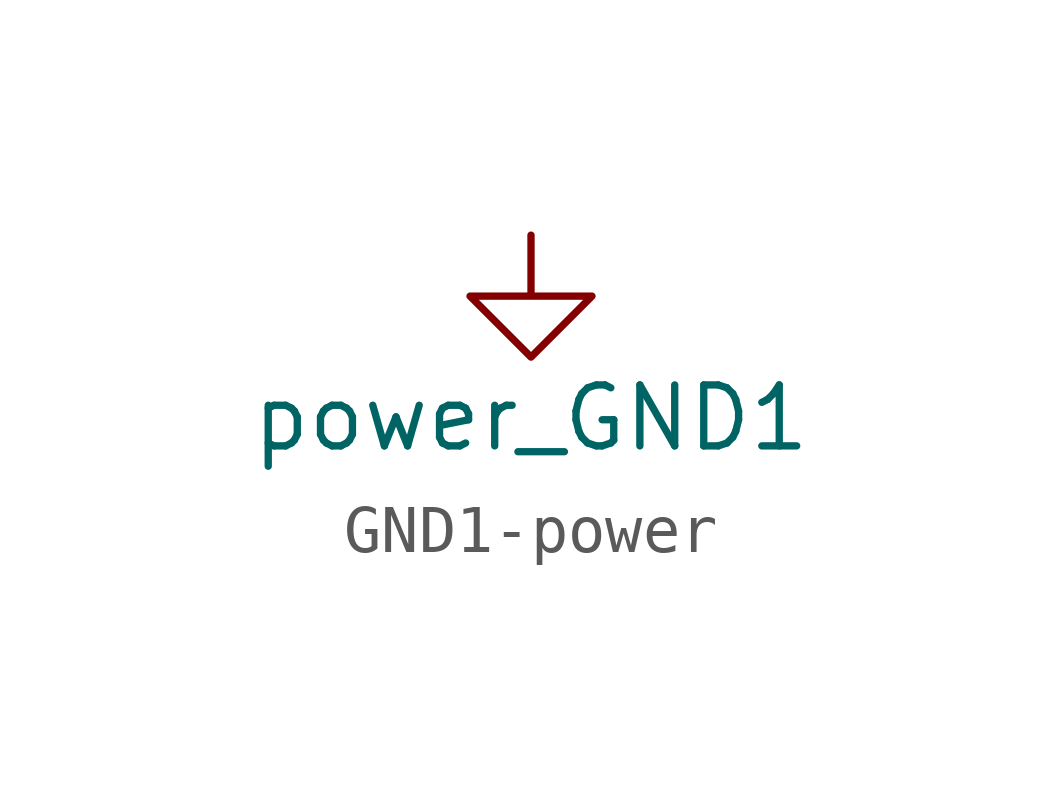
<source format=kicad_sym>
(kicad_symbol_lib
  (version 20231120)
  (generator "kicad_symbol_editor")
  (generator_version "8.0")
  (symbol "GND1-power"
    (power)
    (pin_names
      (offset 0))
    (property "Reference" "#PWR"
      (at 0 -6.35 0)
      (effects (font (size 1.27 1.27)) (hide yes)))
    (property "Value" "power_GND1"
      (at 0 -3.81 0)
      (effects (font (size 1.27 1.27))))
    (symbol "GND1-power_0_1"
      (polyline (pts (xy 0 0) (xy 0 -1.27) (xy 1.27 -1.27) (xy 0 -2.54) (xy -1.27 -1.27) (xy 0 -1.27)) (stroke (width 0) (type solid)) (fill (type none))))
    (symbol "GND1-power_1_1"
      (pin power_in line (at 0 0 270) (length 0) hide (name "GND1" (effects (font (size 1.27 1.27)))) (number "1" (effects (font (size 1.27 1.27))))))))
</source>
